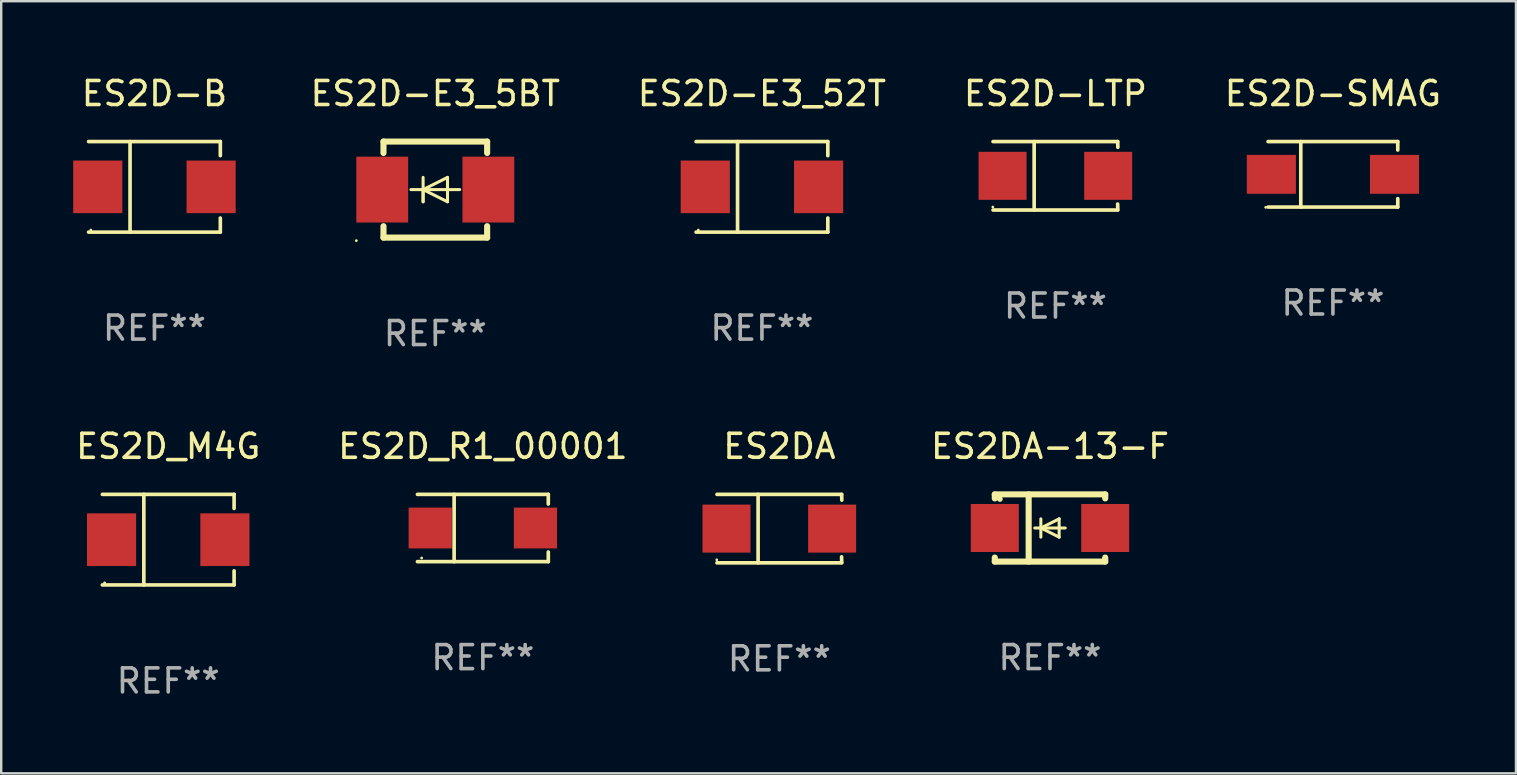
<source format=kicad_pcb>
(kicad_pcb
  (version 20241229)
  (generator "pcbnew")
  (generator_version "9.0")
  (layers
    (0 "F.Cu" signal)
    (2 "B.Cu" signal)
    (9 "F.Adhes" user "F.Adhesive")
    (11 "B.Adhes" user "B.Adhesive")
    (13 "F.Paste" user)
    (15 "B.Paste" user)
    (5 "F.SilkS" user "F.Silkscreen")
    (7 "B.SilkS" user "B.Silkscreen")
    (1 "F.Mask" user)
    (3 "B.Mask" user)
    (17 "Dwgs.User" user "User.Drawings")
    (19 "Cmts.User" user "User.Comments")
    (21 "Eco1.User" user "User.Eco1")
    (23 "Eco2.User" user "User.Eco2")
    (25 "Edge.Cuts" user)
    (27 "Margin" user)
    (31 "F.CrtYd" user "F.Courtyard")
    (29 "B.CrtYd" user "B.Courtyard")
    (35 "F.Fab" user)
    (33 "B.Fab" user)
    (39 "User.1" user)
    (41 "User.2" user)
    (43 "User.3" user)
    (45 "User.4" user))
  (footprint "ES2D_R1_00001"
    (layer "F.Cu")
    (at 17.065 18.946)
    (property "Reference" "ES2D_R1_00001" (at 0 -3.401 0) (layer "F.SilkS") (effects (font (size 1 1) (thickness 0.15))))
    (attr through_hole)
    (fp_line (start -2.726 -1.401) (end 2.726 -1.401) (stroke (width 0.152) (type solid)) (layer "F.SilkS"))
    (fp_line (start -2.726 1.401) (end 2.726 1.401) (stroke (width 0.152) (type solid)) (layer "F.SilkS"))
    (fp_line (start -1.197 -1.401) (end -1.197 1.401) (stroke (width 0.152) (type solid)) (layer "F.SilkS"))
    (fp_line (start 2.726 -1.401) (end 2.726 -1) (stroke (width 0.152) (type solid)) (layer "F.SilkS"))
    (fp_line (start 2.726 1.401) (end 2.726 1) (stroke (width 0.152) (type solid)) (layer "F.SilkS"))
    (fp_circle (center -2.55 1.25) (end -2.52 1.25) (stroke (width 0.06) (type solid)) (fill no) (layer "F.SilkS"))
    (fp_text user "REF**" (at 0 5.401 0) (layer "F.Fab") (effects (font (size 1 1) (thickness 0.15))))
    (pad "1" smd rect (at -2.192 0) (size 1.8 1.7) (layers "F.Cu" "F.Mask" "F.Paste"))
    (pad "2" smd rect (at 2.192 0) (size 1.8 1.7) (layers "F.Cu" "F.Mask" "F.Paste")))
  (footprint "ES2DA-13-F"
    (layer "F.Cu")
    (at 40.691 18.945)
    (property "Reference" "ES2DA-13-F" (at 0 -3.4 0) (layer "F.SilkS") (effects (font (size 1 1) (thickness 0.15))))
    (attr through_hole)
    (fp_line (start -2.3 -1.4) (end -2.3 -1.231) (stroke (width 0.254) (type solid)) (layer "F.SilkS"))
    (fp_line (start -2.3 -1.4) (end 2.3 -1.4) (stroke (width 0.254) (type solid)) (layer "F.SilkS"))
    (fp_line (start -2.3 1.231) (end -2.3 1.4) (stroke (width 0.254) (type solid)) (layer "F.SilkS"))
    (fp_line (start -2.3 1.4) (end 2.3 1.4) (stroke (width 0.254) (type solid)) (layer "F.SilkS"))
    (fp_line (start -0.889 1.4) (end -0.889 -1.4) (stroke (width 0.254) (type solid)) (layer "F.SilkS"))
    (fp_line (start -0.381 0) (end -0.381 -0.381) (stroke (width 0.127) (type solid)) (layer "F.SilkS"))
    (fp_line (start -0.381 0) (end -0.381 0.381) (stroke (width 0.127) (type solid)) (layer "F.SilkS"))
    (fp_line (start 0.381 -0.381) (end -0.381 0) (stroke (width 0.127) (type solid)) (layer "F.SilkS"))
    (fp_line (start 0.381 0) (end 0.381 -0.381) (stroke (width 0.127) (type solid)) (layer "F.SilkS"))
    (fp_line (start 0.381 0) (end 0.381 0.381) (stroke (width 0.127) (type solid)) (layer "F.SilkS"))
    (fp_line (start 0.381 0.381) (end -0.381 0) (stroke (width 0.127) (type solid)) (layer "F.SilkS"))
    (fp_line (start 0.635 0) (end -0.635 0) (stroke (width 0.127) (type solid)) (layer "F.SilkS"))
    (fp_line (start 2.3 -1.4) (end 2.3 -1.231) (stroke (width 0.254) (type solid)) (layer "F.SilkS"))
    (fp_line (start 2.3 1.231) (end 2.3 1.4) (stroke (width 0.254) (type solid)) (layer "F.SilkS"))
    (fp_circle (center -2.088 -1.208) (end -2.028 -1.208) (stroke (width 0.12) (type solid)) (fill no) (layer "F.SilkS"))
    (fp_text user "REF**" (at 0 5.4 0) (layer "F.Fab") (effects (font (size 1 1) (thickness 0.15))))
    (pad "1" smd rect (at -2.3 0 180) (size 2 2) (layers "F.Cu" "F.Mask" "F.Paste"))
    (pad "2" smd rect (at 2.3 0 180) (size 2 2) (layers "F.Cu" "F.Mask" "F.Paste")))
  (footprint "ES2D_M4G"
    (layer "F.Cu")
    (at 3.958 19.431)
    (property "Reference" "ES2D_M4G" (at 0 -3.886 0) (layer "F.SilkS") (effects (font (size 1 1) (thickness 0.15))))
    (attr through_hole)
    (fp_line (start -2.744 -1.886) (end 2.744 -1.886) (stroke (width 0.152) (type solid)) (layer "F.SilkS"))
    (fp_line (start -2.744 1.886) (end 2.744 1.886) (stroke (width 0.152) (type solid)) (layer "F.SilkS"))
    (fp_line (start -1.016 -1.886) (end -1.016 1.886) (stroke (width 0.152) (type solid)) (layer "F.SilkS"))
    (fp_line (start 2.744 -1.886) (end 2.744 -1.299) (stroke (width 0.152) (type solid)) (layer "F.SilkS"))
    (fp_line (start 2.744 1.886) (end 2.744 1.299) (stroke (width 0.152) (type solid)) (layer "F.SilkS"))
    (fp_circle (center -2.65 1.8) (end -2.62 1.8) (stroke (width 0.06) (type solid)) (fill no) (layer "F.SilkS"))
    (fp_text user "REF**" (at 0 5.886 0) (layer "F.Fab") (effects (font (size 1 1) (thickness 0.15))))
    (pad "1" smd rect (at -2.361 0) (size 2.047 2.192) (layers "F.Cu" "F.Mask" "F.Paste"))
    (pad "2" smd rect (at 2.361 0) (size 2.047 2.192) (layers "F.Cu" "F.Mask" "F.Paste")))
  (footprint "ES2DA"
    (layer "F.Cu")
    (at 29.418 18.971)
    (property "Reference" "ES2DA" (at 0 -3.426 0) (layer "F.SilkS") (effects (font (size 1 1) (thickness 0.15))))
    (attr through_hole)
    (fp_line (start -2.6 -1.426) (end 2.593 -1.426) (stroke (width 0.152) (type solid)) (layer "F.SilkS"))
    (fp_line (start -2.6 1.426) (end 2.593 1.426) (stroke (width 0.152) (type solid)) (layer "F.SilkS"))
    (fp_line (start -0.887 -1.426) (end -0.887 1.426) (stroke (width 0.152) (type solid)) (layer "F.SilkS"))
    (fp_line (start 2.59 1.176) (end 2.597 1.415) (stroke (width 0.152) (type solid)) (layer "F.SilkS"))
    (fp_line (start 2.593 -1.426) (end 2.6 -1.187) (stroke (width 0.152) (type solid)) (layer "F.SilkS"))
    (fp_circle (center -2.608 1.3) (end -2.578 1.3) (stroke (width 0.06) (type solid)) (fill no) (layer "F.SilkS"))
    (fp_text user "REF**" (at 0 5.426 0) (layer "F.Fab") (effects (font (size 1 1) (thickness 0.15))))
    (pad "1" smd rect (at -2.203 0 180) (size 2 2) (layers "F.Cu" "F.Mask" "F.Paste"))
    (pad "2" smd rect (at 2.197 0 180) (size 2 2) (layers "F.Cu" "F.Mask" "F.Paste")))
  (footprint "ES2D-E3_5BT"
    (layer "F.Cu")
    (at 15.084 4.848)
    (property "Reference" "ES2D-E3_5BT" (at 0 -4 0) (layer "F.SilkS") (effects (font (size 1 1) (thickness 0.15))))
    (attr through_hole)
    (fp_line (start -2.159 -2) (end 2.159 -2) (stroke (width 0.254) (type solid)) (layer "F.SilkS"))
    (fp_line (start -2.159 -1.524) (end -2.159 -2) (stroke (width 0.254) (type solid)) (layer "F.SilkS"))
    (fp_line (start -2.159 1.524) (end -2.159 2) (stroke (width 0.254) (type solid)) (layer "F.SilkS"))
    (fp_line (start -2.159 2) (end 2.159 2) (stroke (width 0.254) (type solid)) (layer "F.SilkS"))
    (fp_line (start -0.508 0) (end -0.508 0.508) (stroke (width 0.127) (type solid)) (layer "F.SilkS"))
    (fp_line (start -0.508 0) (end 0.508 0.508) (stroke (width 0.127) (type solid)) (layer "F.SilkS"))
    (fp_line (start -0.508 0.508) (end -0.508 -0.508) (stroke (width 0.127) (type solid)) (layer "F.SilkS"))
    (fp_line (start 0.508 -0.508) (end -0.508 0) (stroke (width 0.127) (type solid)) (layer "F.SilkS"))
    (fp_line (start 0.508 0.508) (end 0.508 -0.508) (stroke (width 0.127) (type solid)) (layer "F.SilkS"))
    (fp_line (start 1.016 0) (end -1.016 0) (stroke (width 0.127) (type solid)) (layer "F.SilkS"))
    (fp_line (start 2.159 -2) (end 2.159 -1.524) (stroke (width 0.254) (type solid)) (layer "F.SilkS"))
    (fp_line (start 2.159 2) (end 2.159 1.524) (stroke (width 0.254) (type solid)) (layer "F.SilkS"))
    (fp_circle (center -3.289 2.127) (end -3.259 2.127) (stroke (width 0.06) (type solid)) (fill no) (layer "F.SilkS"))
    (fp_text user "REF**" (at 0 6 0) (layer "F.Fab") (effects (font (size 1 1) (thickness 0.15))))
    (pad "1" smd rect (at -2.21 0 180) (size 2.159 2.743) (layers "F.Cu" "F.Mask" "F.Paste"))
    (pad "2" smd rect (at 2.21 0 180) (size 2.159 2.743) (layers "F.Cu" "F.Mask" "F.Paste")))
  (footprint "ES2D-SMAG"
    (layer "F.Cu")
    (at 52.477 4.212)
    (property "Reference" "ES2D-SMAG" (at 0 -3.364 0) (layer "F.SilkS") (effects (font (size 1 1) (thickness 0.15))))
    (attr through_hole)
    (fp_line (start -2.701 -1.364) (end 2.701 -1.364) (stroke (width 0.152) (type solid)) (layer "F.SilkS"))
    (fp_line (start -2.701 1.364) (end 2.701 1.364) (stroke (width 0.152) (type solid)) (layer "F.SilkS"))
    (fp_line (start -1.339 -1.364) (end -1.339 1.364) (stroke (width 0.152) (type solid)) (layer "F.SilkS"))
    (fp_line (start 2.701 -1.364) (end 2.701 -1.013) (stroke (width 0.152) (type solid)) (layer "F.SilkS"))
    (fp_line (start 2.701 1.364) (end 2.701 1.013) (stroke (width 0.152) (type solid)) (layer "F.SilkS"))
    (fp_circle (center -2.8 1.375) (end -2.77 1.375) (stroke (width 0.06) (type solid)) (fill no) (layer "F.SilkS"))
    (fp_text user "REF**" (at 0 5.364 0) (layer "F.Fab") (effects (font (size 1 1) (thickness 0.15))))
    (pad "1" smd rect (at -2.565 -0.000025) (size 2.046 1.62) (layers "F.Cu" "F.Mask" "F.Paste"))
    (pad "2" smd rect (at 2.565 -0.000025) (size 2.046 1.62) (layers "F.Cu" "F.Mask" "F.Paste")))
  (footprint "ES2D-B"
    (layer "F.Cu")
    (at 3.384 4.734)
    (property "Reference" "ES2D-B" (at 0 -3.886 0) (layer "F.SilkS") (effects (font (size 1 1) (thickness 0.15))))
    (attr through_hole)
    (fp_line (start -2.744 -1.886) (end 2.744 -1.886) (stroke (width 0.152) (type solid)) (layer "F.SilkS"))
    (fp_line (start -2.744 1.886) (end 2.744 1.886) (stroke (width 0.152) (type solid)) (layer "F.SilkS"))
    (fp_line (start -1.016 -1.886) (end -1.016 1.886) (stroke (width 0.152) (type solid)) (layer "F.SilkS"))
    (fp_line (start 2.744 -1.886) (end 2.744 -1.299) (stroke (width 0.152) (type solid)) (layer "F.SilkS"))
    (fp_line (start 2.744 1.886) (end 2.744 1.299) (stroke (width 0.152) (type solid)) (layer "F.SilkS"))
    (fp_circle (center -2.65 1.8) (end -2.62 1.8) (stroke (width 0.06) (type solid)) (fill no) (layer "F.SilkS"))
    (fp_text user "REF**" (at 0 5.886 0) (layer "F.Fab") (effects (font (size 1 1) (thickness 0.15))))
    (pad "1" smd rect (at -2.361 0) (size 2.047 2.192) (layers "F.Cu" "F.Mask" "F.Paste"))
    (pad "2" smd rect (at 2.361 0) (size 2.047 2.192) (layers "F.Cu" "F.Mask" "F.Paste")))
  (footprint "ES2D-E3_52T"
    (layer "F.Cu")
    (at 28.691 4.734)
    (property "Reference" "ES2D-E3_52T" (at 0 -3.886 0) (layer "F.SilkS") (effects (font (size 1 1) (thickness 0.15))))
    (attr through_hole)
    (fp_line (start -2.744 -1.886) (end 2.744 -1.886) (stroke (width 0.152) (type solid)) (layer "F.SilkS"))
    (fp_line (start -2.744 1.886) (end 2.744 1.886) (stroke (width 0.152) (type solid)) (layer "F.SilkS"))
    (fp_line (start -1.016 -1.886) (end -1.016 1.886) (stroke (width 0.152) (type solid)) (layer "F.SilkS"))
    (fp_line (start 2.744 -1.886) (end 2.744 -1.299) (stroke (width 0.152) (type solid)) (layer "F.SilkS"))
    (fp_line (start 2.744 1.886) (end 2.744 1.299) (stroke (width 0.152) (type solid)) (layer "F.SilkS"))
    (fp_circle (center -2.65 1.8) (end -2.62 1.8) (stroke (width 0.06) (type solid)) (fill no) (layer "F.SilkS"))
    (fp_text user "REF**" (at 0 5.886 0) (layer "F.Fab") (effects (font (size 1 1) (thickness 0.15))))
    (pad "1" smd rect (at -2.361 0) (size 2.047 2.192) (layers "F.Cu" "F.Mask" "F.Paste"))
    (pad "2" smd rect (at 2.361 0) (size 2.047 2.192) (layers "F.Cu" "F.Mask" "F.Paste")))
  (footprint "ES2D-LTP"
    (layer "F.Cu")
    (at 40.918 4.274)
    (property "Reference" "ES2D-LTP" (at 0 -3.426 0) (layer "F.SilkS") (effects (font (size 1 1) (thickness 0.15))))
    (attr through_hole)
    (fp_line (start -2.6 -1.426) (end 2.593 -1.426) (stroke (width 0.152) (type solid)) (layer "F.SilkS"))
    (fp_line (start -2.6 1.426) (end 2.593 1.426) (stroke (width 0.152) (type solid)) (layer "F.SilkS"))
    (fp_line (start -0.887 -1.426) (end -0.887 1.426) (stroke (width 0.152) (type solid)) (layer "F.SilkS"))
    (fp_line (start 2.59 1.176) (end 2.597 1.415) (stroke (width 0.152) (type solid)) (layer "F.SilkS"))
    (fp_line (start 2.593 -1.426) (end 2.6 -1.187) (stroke (width 0.152) (type solid)) (layer "F.SilkS"))
    (fp_circle (center -2.608 1.3) (end -2.578 1.3) (stroke (width 0.06) (type solid)) (fill no) (layer "F.SilkS"))
    (fp_text user "REF**" (at 0 5.426 0) (layer "F.Fab") (effects (font (size 1 1) (thickness 0.15))))
    (pad "1" smd rect (at -2.203 0 180) (size 2 2) (layers "F.Cu" "F.Mask" "F.Paste"))
    (pad "2" smd rect (at 2.197 0 180) (size 2 2) (layers "F.Cu" "F.Mask" "F.Paste")))
  (gr_rect
    (start -3 -3)
    (end 60.102 29.165)
    (stroke (width 0.1) (type default))
    (fill no)
    (layer "Edge.Cuts")))
</source>
